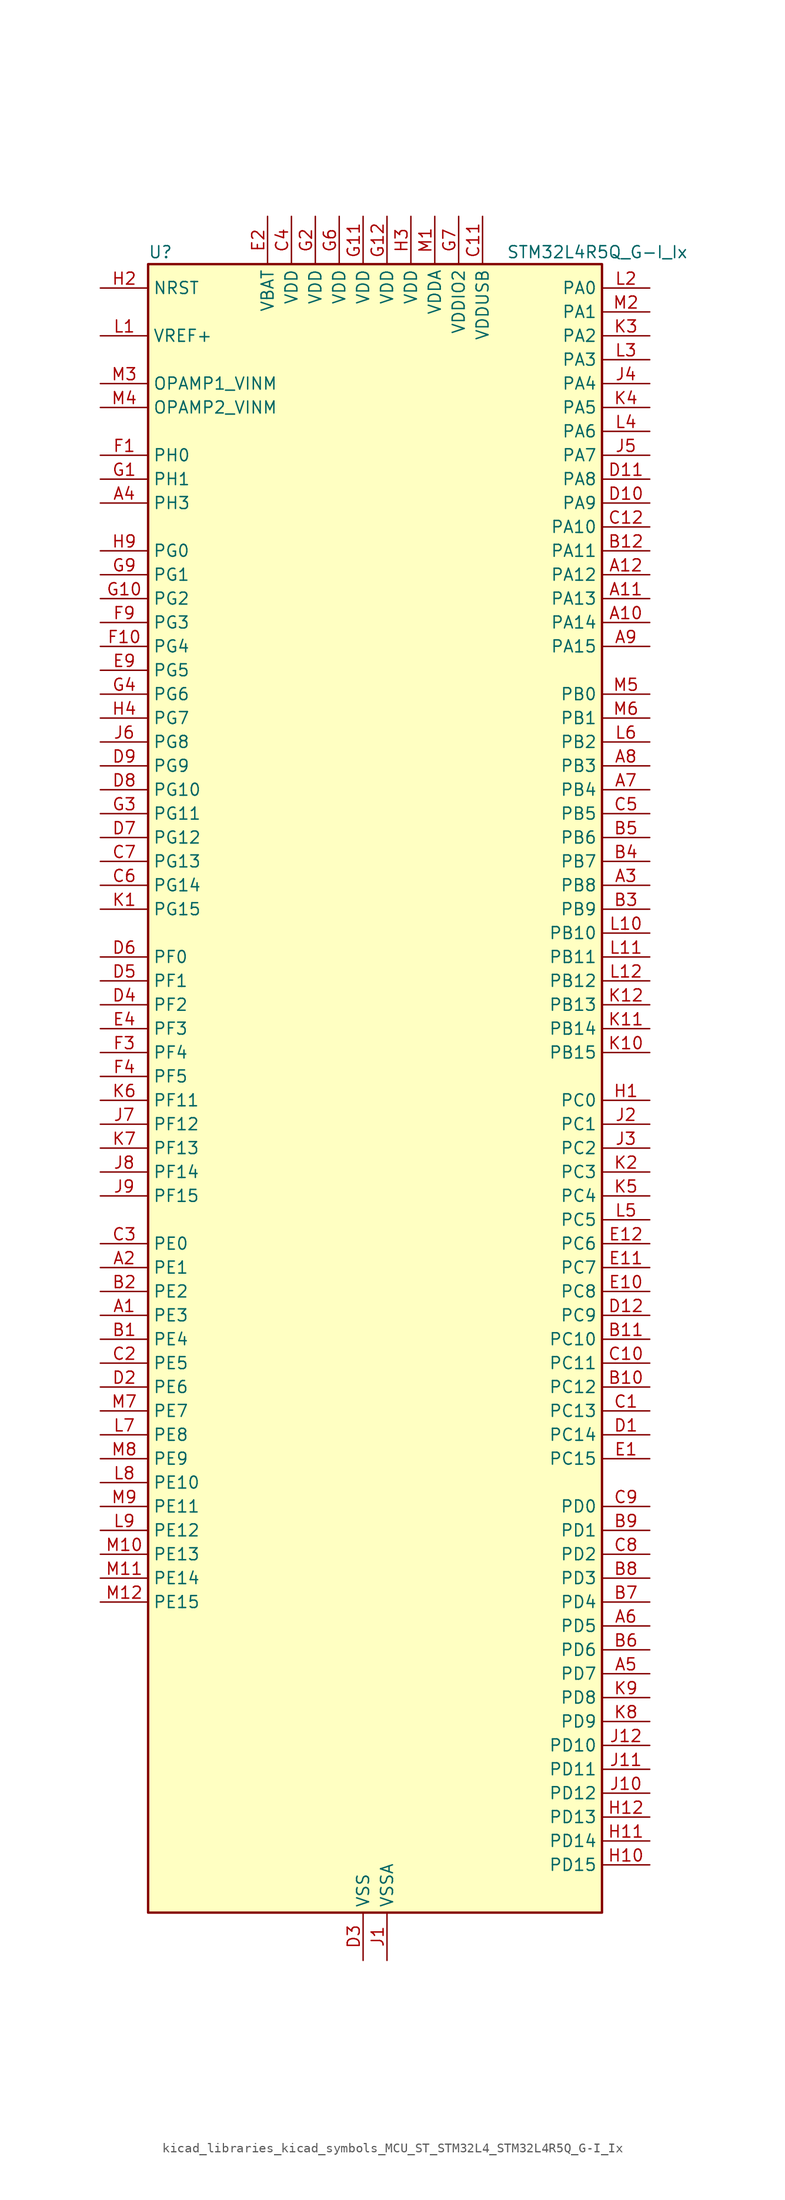
<source format=kicad_sym>
(kicad_symbol_lib
  (version 20220914)
  (generator kicad_symbol_editor)
  (symbol "kicad_libraries_kicad_symbols_MCU_ST_STM32L4_STM32L4R5Q_G-I_Ix"
    (property "Reference" "U"
      (at -22.86 90.17 0)
      (effects (font (size 1.27 1.27)) (justify left)))
    (property "Value" "STM32L4R5Q_G-I_Ix"
      (at 15.24 90.17 0)
      (effects (font (size 1.27 1.27)) (justify left)))
    (property "ki_locked" ""
      (at 0 0 0)
      (effects (font (size 1.27 1.27))))
    (symbol "kicad_libraries_kicad_symbols_MCU_ST_STM32L4_STM32L4R5Q_G-I_Ix_0_1"
      (rectangle (start -22.86 -86.36) (end 25.4 88.9) (stroke (width 0.254) (type default)) (fill (type background))))
    (symbol "kicad_libraries_kicad_symbols_MCU_ST_STM32L4_STM32L4R5Q_G-I_Ix_1_1"
      (pin bidirectional line (at -27.94 -22.86 0) (length 5.08) (name "PE3" (effects (font (size 1.27 1.27)))) (number "A1" (effects (font (size 1.27 1.27)))) (alternate "FMC_A19" bidirectional line) (alternate "OCTOSPIM_P1_DQS" bidirectional line) (alternate "SAI1_SD_B" bidirectional line) (alternate "SYS_TRACED0" bidirectional line) (alternate "TIM3_CH1" bidirectional line) (alternate "TSC_G7_IO2" bidirectional line))
      (pin bidirectional line (at 30.48 50.8 180) (length 5.08) (name "PA14" (effects (font (size 1.27 1.27)))) (number "A10" (effects (font (size 1.27 1.27)))) (alternate "I2C1_SMBA" bidirectional line) (alternate "I2C4_SMBA" bidirectional line) (alternate "LPTIM1_OUT" bidirectional line) (alternate "SAI1_FS_B" bidirectional line) (alternate "SYS_JTCK-SWCLK" bidirectional line) (alternate "USB_OTG_FS_SOF" bidirectional line))
      (pin bidirectional line (at 30.48 53.34 180) (length 5.08) (name "PA13" (effects (font (size 1.27 1.27)))) (number "A11" (effects (font (size 1.27 1.27)))) (alternate "IR_OUT" bidirectional line) (alternate "SAI1_SD_B" bidirectional line) (alternate "SYS_JTMS-SWDIO" bidirectional line) (alternate "USB_OTG_FS_NOE" bidirectional line))
      (pin bidirectional line (at 30.48 55.88 180) (length 5.08) (name "PA12" (effects (font (size 1.27 1.27)))) (number "A12" (effects (font (size 1.27 1.27)))) (alternate "CAN1_TX" bidirectional line) (alternate "SPI1_MOSI" bidirectional line) (alternate "TIM1_ETR" bidirectional line) (alternate "USART1_DE" bidirectional line) (alternate "USART1_RTS" bidirectional line) (alternate "USB_OTG_FS_DP" bidirectional line))
      (pin bidirectional line (at -27.94 -17.78 0) (length 5.08) (name "PE1" (effects (font (size 1.27 1.27)))) (number "A2" (effects (font (size 1.27 1.27)))) (alternate "DCMI_D3" bidirectional line) (alternate "FMC_NBL1" bidirectional line) (alternate "TIM17_CH1" bidirectional line))
      (pin bidirectional line (at 30.48 22.86 180) (length 5.08) (name "PB8" (effects (font (size 1.27 1.27)))) (number "A3" (effects (font (size 1.27 1.27)))) (alternate "CAN1_RX" bidirectional line) (alternate "DCMI_D6" bidirectional line) (alternate "DFSDM1_CKOUT" bidirectional line) (alternate "DFSDM1_DATIN6" bidirectional line) (alternate "I2C1_SCL" bidirectional line) (alternate "SAI1_CK1" bidirectional line) (alternate "SAI1_MCLK_A" bidirectional line) (alternate "SDMMC1_CKIN" bidirectional line) (alternate "SDMMC1_D4" bidirectional line) (alternate "TIM16_CH1" bidirectional line) (alternate "TIM4_CH3" bidirectional line))
      (pin bidirectional line (at -27.94 63.5 0) (length 5.08) (name "PH3" (effects (font (size 1.27 1.27)))) (number "A4" (effects (font (size 1.27 1.27)))))
      (pin bidirectional line (at 30.48 -60.96 180) (length 5.08) (name "PD7" (effects (font (size 1.27 1.27)))) (number "A5" (effects (font (size 1.27 1.27)))) (alternate "DFSDM1_CKIN1" bidirectional line) (alternate "FMC_NCE" bidirectional line) (alternate "FMC_NE1" bidirectional line) (alternate "OCTOSPIM_P1_IO7" bidirectional line) (alternate "USART2_CK" bidirectional line))
      (pin bidirectional line (at 30.48 -55.88 180) (length 5.08) (name "PD5" (effects (font (size 1.27 1.27)))) (number "A6" (effects (font (size 1.27 1.27)))) (alternate "FMC_NWE" bidirectional line) (alternate "OCTOSPIM_P1_IO5" bidirectional line) (alternate "USART2_TX" bidirectional line))
      (pin bidirectional line (at 30.48 33.02 180) (length 5.08) (name "PB4" (effects (font (size 1.27 1.27)))) (number "A7" (effects (font (size 1.27 1.27)))) (alternate "COMP2_INP" bidirectional line) (alternate "DCMI_D12" bidirectional line) (alternate "I2C3_SDA" bidirectional line) (alternate "SAI1_MCLK_B" bidirectional line) (alternate "SPI1_MISO" bidirectional line) (alternate "SPI3_MISO" bidirectional line) (alternate "SYS_JTRST" bidirectional line) (alternate "TIM17_BKIN" bidirectional line) (alternate "TIM3_CH1" bidirectional line) (alternate "TSC_G2_IO1" bidirectional line) (alternate "UART5_DE" bidirectional line) (alternate "UART5_RTS" bidirectional line) (alternate "USART1_CTS" bidirectional line) (alternate "USART1_NSS" bidirectional line))
      (pin bidirectional line (at 30.48 35.56 180) (length 5.08) (name "PB3" (effects (font (size 1.27 1.27)))) (number "A8" (effects (font (size 1.27 1.27)))) (alternate "COMP2_INM" bidirectional line) (alternate "CRS_SYNC" bidirectional line) (alternate "SAI1_SCK_B" bidirectional line) (alternate "SPI1_SCK" bidirectional line) (alternate "SPI3_SCK" bidirectional line) (alternate "SYS_JTDO-SWO" bidirectional line) (alternate "TIM2_CH2" bidirectional line) (alternate "USART1_DE" bidirectional line) (alternate "USART1_RTS" bidirectional line))
      (pin bidirectional line (at 30.48 48.26 180) (length 5.08) (name "PA15" (effects (font (size 1.27 1.27)))) (number "A9" (effects (font (size 1.27 1.27)))) (alternate "ADC1_EXTI15" bidirectional line) (alternate "SAI2_FS_B" bidirectional line) (alternate "SPI1_NSS" bidirectional line) (alternate "SPI3_NSS" bidirectional line) (alternate "SYS_JTDI" bidirectional line) (alternate "TIM2_CH1" bidirectional line) (alternate "TIM2_ETR" bidirectional line) (alternate "TSC_G3_IO1" bidirectional line) (alternate "UART4_DE" bidirectional line) (alternate "UART4_RTS" bidirectional line) (alternate "USART2_RX" bidirectional line) (alternate "USART3_DE" bidirectional line) (alternate "USART3_RTS" bidirectional line))
      (pin bidirectional line (at -27.94 -25.4 0) (length 5.08) (name "PE4" (effects (font (size 1.27 1.27)))) (number "B1" (effects (font (size 1.27 1.27)))) (alternate "DCMI_D4" bidirectional line) (alternate "DFSDM1_DATIN3" bidirectional line) (alternate "FMC_A20" bidirectional line) (alternate "SAI1_D2" bidirectional line) (alternate "SAI1_FS_A" bidirectional line) (alternate "SYS_TRACED1" bidirectional line) (alternate "TIM3_CH2" bidirectional line) (alternate "TSC_G7_IO3" bidirectional line))
      (pin bidirectional line (at 30.48 -30.48 180) (length 5.08) (name "PC12" (effects (font (size 1.27 1.27)))) (number "B10" (effects (font (size 1.27 1.27)))) (alternate "DCMI_D9" bidirectional line) (alternate "SAI2_SD_B" bidirectional line) (alternate "SDMMC1_CK" bidirectional line) (alternate "SPI3_MOSI" bidirectional line) (alternate "SYS_TRACED3" bidirectional line) (alternate "TSC_G3_IO4" bidirectional line) (alternate "UART5_TX" bidirectional line) (alternate "USART3_CK" bidirectional line))
      (pin bidirectional line (at 30.48 -25.4 180) (length 5.08) (name "PC10" (effects (font (size 1.27 1.27)))) (number "B11" (effects (font (size 1.27 1.27)))) (alternate "DCMI_D8" bidirectional line) (alternate "SAI2_SCK_B" bidirectional line) (alternate "SDMMC1_D2" bidirectional line) (alternate "SPI3_SCK" bidirectional line) (alternate "SYS_TRACED1" bidirectional line) (alternate "TSC_G3_IO2" bidirectional line) (alternate "UART4_TX" bidirectional line) (alternate "USART3_TX" bidirectional line))
      (pin bidirectional line (at 30.48 58.42 180) (length 5.08) (name "PA11" (effects (font (size 1.27 1.27)))) (number "B12" (effects (font (size 1.27 1.27)))) (alternate "ADC1_EXTI11" bidirectional line) (alternate "CAN1_RX" bidirectional line) (alternate "SPI1_MISO" bidirectional line) (alternate "TIM1_BKIN2" bidirectional line) (alternate "TIM1_CH4" bidirectional line) (alternate "USART1_CTS" bidirectional line) (alternate "USART1_NSS" bidirectional line) (alternate "USB_OTG_FS_DM" bidirectional line))
      (pin bidirectional line (at -27.94 -20.32 0) (length 5.08) (name "PE2" (effects (font (size 1.27 1.27)))) (number "B2" (effects (font (size 1.27 1.27)))) (alternate "FMC_A23" bidirectional line) (alternate "SAI1_CK1" bidirectional line) (alternate "SAI1_MCLK_A" bidirectional line) (alternate "SYS_TRACECLK" bidirectional line) (alternate "TIM3_ETR" bidirectional line) (alternate "TSC_G7_IO1" bidirectional line))
      (pin bidirectional line (at 30.48 20.32 180) (length 5.08) (name "PB9" (effects (font (size 1.27 1.27)))) (number "B3" (effects (font (size 1.27 1.27)))) (alternate "CAN1_TX" bidirectional line) (alternate "DAC1_EXTI9" bidirectional line) (alternate "DCMI_D7" bidirectional line) (alternate "DFSDM1_CKIN6" bidirectional line) (alternate "I2C1_SDA" bidirectional line) (alternate "IR_OUT" bidirectional line) (alternate "SAI1_D2" bidirectional line) (alternate "SAI1_FS_A" bidirectional line) (alternate "SDMMC1_CDIR" bidirectional line) (alternate "SDMMC1_D5" bidirectional line) (alternate "SPI2_NSS" bidirectional line) (alternate "TIM17_CH1" bidirectional line) (alternate "TIM4_CH4" bidirectional line))
      (pin bidirectional line (at 30.48 25.4 180) (length 5.08) (name "PB7" (effects (font (size 1.27 1.27)))) (number "B4" (effects (font (size 1.27 1.27)))) (alternate "COMP2_INM" bidirectional line) (alternate "DCMI_VSYNC" bidirectional line) (alternate "DFSDM1_CKIN5" bidirectional line) (alternate "FMC_NL" bidirectional line) (alternate "I2C1_SDA" bidirectional line) (alternate "I2C4_SDA" bidirectional line) (alternate "LPTIM1_IN2" bidirectional line) (alternate "SYS_PVD_IN" bidirectional line) (alternate "TIM17_CH1N" bidirectional line) (alternate "TIM4_CH2" bidirectional line) (alternate "TIM8_BKIN" bidirectional line) (alternate "TSC_G2_IO4" bidirectional line) (alternate "UART4_CTS" bidirectional line) (alternate "USART1_RX" bidirectional line))
      (pin bidirectional line (at 30.48 27.94 180) (length 5.08) (name "PB6" (effects (font (size 1.27 1.27)))) (number "B5" (effects (font (size 1.27 1.27)))) (alternate "COMP2_INP" bidirectional line) (alternate "DCMI_D5" bidirectional line) (alternate "DFSDM1_DATIN5" bidirectional line) (alternate "I2C1_SCL" bidirectional line) (alternate "I2C4_SCL" bidirectional line) (alternate "LPTIM1_ETR" bidirectional line) (alternate "SAI1_FS_B" bidirectional line) (alternate "TIM16_CH1N" bidirectional line) (alternate "TIM4_CH1" bidirectional line) (alternate "TIM8_BKIN2" bidirectional line) (alternate "TSC_G2_IO3" bidirectional line) (alternate "USART1_TX" bidirectional line))
      (pin bidirectional line (at 30.48 -58.42 180) (length 5.08) (name "PD6" (effects (font (size 1.27 1.27)))) (number "B6" (effects (font (size 1.27 1.27)))) (alternate "DCMI_D10" bidirectional line) (alternate "DFSDM1_DATIN1" bidirectional line) (alternate "FMC_NWAIT" bidirectional line) (alternate "OCTOSPIM_P1_IO6" bidirectional line) (alternate "SAI1_D1" bidirectional line) (alternate "SAI1_SD_A" bidirectional line) (alternate "SPI3_MOSI" bidirectional line) (alternate "USART2_RX" bidirectional line))
      (pin bidirectional line (at 30.48 -53.34 180) (length 5.08) (name "PD4" (effects (font (size 1.27 1.27)))) (number "B7" (effects (font (size 1.27 1.27)))) (alternate "DFSDM1_CKIN0" bidirectional line) (alternate "FMC_NOE" bidirectional line) (alternate "OCTOSPIM_P1_IO4" bidirectional line) (alternate "SPI2_MOSI" bidirectional line) (alternate "USART2_DE" bidirectional line) (alternate "USART2_RTS" bidirectional line))
      (pin bidirectional line (at 30.48 -50.8 180) (length 5.08) (name "PD3" (effects (font (size 1.27 1.27)))) (number "B8" (effects (font (size 1.27 1.27)))) (alternate "DCMI_D5" bidirectional line) (alternate "DFSDM1_DATIN0" bidirectional line) (alternate "FMC_CLK" bidirectional line) (alternate "OCTOSPIM_P2_NCS" bidirectional line) (alternate "SPI2_MISO" bidirectional line) (alternate "SPI2_SCK" bidirectional line) (alternate "USART2_CTS" bidirectional line) (alternate "USART2_NSS" bidirectional line))
      (pin bidirectional line (at 30.48 -45.72 180) (length 5.08) (name "PD1" (effects (font (size 1.27 1.27)))) (number "B9" (effects (font (size 1.27 1.27)))) (alternate "CAN1_TX" bidirectional line) (alternate "DFSDM1_CKIN7" bidirectional line) (alternate "FMC_D3" bidirectional line) (alternate "FMC_DA3" bidirectional line) (alternate "SPI2_SCK" bidirectional line))
      (pin bidirectional line (at 30.48 -33.02 180) (length 5.08) (name "PC13" (effects (font (size 1.27 1.27)))) (number "C1" (effects (font (size 1.27 1.27)))) (alternate "RTC_OUT_ALARM" bidirectional line) (alternate "RTC_OUT_CALIB" bidirectional line) (alternate "RTC_TAMP1" bidirectional line) (alternate "RTC_TS" bidirectional line) (alternate "SYS_WKUP2" bidirectional line))
      (pin bidirectional line (at 30.48 -27.94 180) (length 5.08) (name "PC11" (effects (font (size 1.27 1.27)))) (number "C10" (effects (font (size 1.27 1.27)))) (alternate "ADC1_EXTI11" bidirectional line) (alternate "DCMI_D2" bidirectional line) (alternate "DCMI_D4" bidirectional line) (alternate "OCTOSPIM_P1_NCS" bidirectional line) (alternate "SAI2_MCLK_B" bidirectional line) (alternate "SDMMC1_D3" bidirectional line) (alternate "SPI3_MISO" bidirectional line) (alternate "TSC_G3_IO3" bidirectional line) (alternate "UART4_RX" bidirectional line) (alternate "USART3_RX" bidirectional line))
      (pin power_in line (at 12.7 93.98 270) (length 5.08) (name "VDDUSB" (effects (font (size 1.27 1.27)))) (number "C11" (effects (font (size 1.27 1.27)))))
      (pin bidirectional line (at 30.48 60.96 180) (length 5.08) (name "PA10" (effects (font (size 1.27 1.27)))) (number "C12" (effects (font (size 1.27 1.27)))) (alternate "DCMI_D1" bidirectional line) (alternate "SAI1_D1" bidirectional line) (alternate "SAI1_SD_A" bidirectional line) (alternate "TIM17_BKIN" bidirectional line) (alternate "TIM1_CH3" bidirectional line) (alternate "USART1_RX" bidirectional line) (alternate "USB_OTG_FS_ID" bidirectional line))
      (pin bidirectional line (at -27.94 -27.94 0) (length 5.08) (name "PE5" (effects (font (size 1.27 1.27)))) (number "C2" (effects (font (size 1.27 1.27)))) (alternate "DCMI_D6" bidirectional line) (alternate "DFSDM1_CKIN3" bidirectional line) (alternate "FMC_A21" bidirectional line) (alternate "SAI1_CK2" bidirectional line) (alternate "SAI1_SCK_A" bidirectional line) (alternate "SYS_TRACED2" bidirectional line) (alternate "TIM3_CH3" bidirectional line) (alternate "TSC_G7_IO4" bidirectional line))
      (pin bidirectional line (at -27.94 -15.24 0) (length 5.08) (name "PE0" (effects (font (size 1.27 1.27)))) (number "C3" (effects (font (size 1.27 1.27)))) (alternate "DCMI_D2" bidirectional line) (alternate "FMC_NBL0" bidirectional line) (alternate "TIM16_CH1" bidirectional line) (alternate "TIM4_ETR" bidirectional line))
      (pin power_in line (at -7.62 93.98 270) (length 5.08) (name "VDD" (effects (font (size 1.27 1.27)))) (number "C4" (effects (font (size 1.27 1.27)))))
      (pin bidirectional line (at 30.48 30.48 180) (length 5.08) (name "PB5" (effects (font (size 1.27 1.27)))) (number "C5" (effects (font (size 1.27 1.27)))) (alternate "COMP2_OUT" bidirectional line) (alternate "DCMI_D10" bidirectional line) (alternate "I2C1_SMBA" bidirectional line) (alternate "LPTIM1_IN1" bidirectional line) (alternate "SAI1_SD_B" bidirectional line) (alternate "SPI1_MOSI" bidirectional line) (alternate "SPI3_MOSI" bidirectional line) (alternate "TIM16_BKIN" bidirectional line) (alternate "TIM3_CH2" bidirectional line) (alternate "TSC_G2_IO2" bidirectional line) (alternate "UART5_CTS" bidirectional line) (alternate "USART1_CK" bidirectional line))
      (pin bidirectional line (at -27.94 22.86 0) (length 5.08) (name "PG14" (effects (font (size 1.27 1.27)))) (number "C6" (effects (font (size 1.27 1.27)))) (alternate "FMC_A25" bidirectional line) (alternate "I2C1_SCL" bidirectional line))
      (pin bidirectional line (at -27.94 25.4 0) (length 5.08) (name "PG13" (effects (font (size 1.27 1.27)))) (number "C7" (effects (font (size 1.27 1.27)))) (alternate "FMC_A24" bidirectional line) (alternate "I2C1_SDA" bidirectional line) (alternate "USART1_CK" bidirectional line))
      (pin bidirectional line (at 30.48 -48.26 180) (length 5.08) (name "PD2" (effects (font (size 1.27 1.27)))) (number "C8" (effects (font (size 1.27 1.27)))) (alternate "DCMI_D11" bidirectional line) (alternate "SDMMC1_CMD" bidirectional line) (alternate "SYS_TRACED2" bidirectional line) (alternate "TIM3_ETR" bidirectional line) (alternate "TSC_SYNC" bidirectional line) (alternate "UART5_RX" bidirectional line) (alternate "USART3_DE" bidirectional line) (alternate "USART3_RTS" bidirectional line))
      (pin bidirectional line (at 30.48 -43.18 180) (length 5.08) (name "PD0" (effects (font (size 1.27 1.27)))) (number "C9" (effects (font (size 1.27 1.27)))) (alternate "CAN1_RX" bidirectional line) (alternate "DFSDM1_DATIN7" bidirectional line) (alternate "FMC_D2" bidirectional line) (alternate "FMC_DA2" bidirectional line) (alternate "SPI2_NSS" bidirectional line))
      (pin bidirectional line (at 30.48 -35.56 180) (length 5.08) (name "PC14" (effects (font (size 1.27 1.27)))) (number "D1" (effects (font (size 1.27 1.27)))) (alternate "RCC_OSC32_IN" bidirectional line))
      (pin bidirectional line (at 30.48 63.5 180) (length 5.08) (name "PA9" (effects (font (size 1.27 1.27)))) (number "D10" (effects (font (size 1.27 1.27)))) (alternate "DAC1_EXTI9" bidirectional line) (alternate "DCMI_D0" bidirectional line) (alternate "SAI1_FS_A" bidirectional line) (alternate "SPI2_SCK" bidirectional line) (alternate "TIM15_BKIN" bidirectional line) (alternate "TIM1_CH2" bidirectional line) (alternate "USART1_TX" bidirectional line) (alternate "USB_OTG_FS_VBUS" bidirectional line))
      (pin bidirectional line (at 30.48 66.04 180) (length 5.08) (name "PA8" (effects (font (size 1.27 1.27)))) (number "D11" (effects (font (size 1.27 1.27)))) (alternate "LPTIM2_OUT" bidirectional line) (alternate "RCC_MCO" bidirectional line) (alternate "SAI1_CK2" bidirectional line) (alternate "SAI1_SCK_A" bidirectional line) (alternate "TIM1_CH1" bidirectional line) (alternate "USART1_CK" bidirectional line) (alternate "USB_OTG_FS_SOF" bidirectional line))
      (pin bidirectional line (at 30.48 -22.86 180) (length 5.08) (name "PC9" (effects (font (size 1.27 1.27)))) (number "D12" (effects (font (size 1.27 1.27)))) (alternate "DAC1_EXTI9" bidirectional line) (alternate "DCMI_D3" bidirectional line) (alternate "I2C3_SDA" bidirectional line) (alternate "SAI2_EXTCLK" bidirectional line) (alternate "SDMMC1_D1" bidirectional line) (alternate "SYS_TRACED0" bidirectional line) (alternate "TIM3_CH4" bidirectional line) (alternate "TIM8_BKIN2" bidirectional line) (alternate "TIM8_CH4" bidirectional line) (alternate "TSC_G4_IO4" bidirectional line) (alternate "USB_OTG_FS_NOE" bidirectional line))
      (pin bidirectional line (at -27.94 -30.48 0) (length 5.08) (name "PE6" (effects (font (size 1.27 1.27)))) (number "D2" (effects (font (size 1.27 1.27)))) (alternate "DCMI_D7" bidirectional line) (alternate "FMC_A22" bidirectional line) (alternate "RTC_TAMP3" bidirectional line) (alternate "SAI1_D1" bidirectional line) (alternate "SAI1_SD_A" bidirectional line) (alternate "SYS_TRACED3" bidirectional line) (alternate "SYS_WKUP3" bidirectional line) (alternate "TIM3_CH4" bidirectional line))
      (pin power_in line (at 0 -91.44 90) (length 5.08) (name "VSS" (effects (font (size 1.27 1.27)))) (number "D3" (effects (font (size 1.27 1.27)))))
      (pin bidirectional line (at -27.94 10.16 0) (length 5.08) (name "PF2" (effects (font (size 1.27 1.27)))) (number "D4" (effects (font (size 1.27 1.27)))) (alternate "FMC_A2" bidirectional line) (alternate "I2C2_SMBA" bidirectional line) (alternate "OCTOSPIM_P2_IO2" bidirectional line))
      (pin bidirectional line (at -27.94 12.7 0) (length 5.08) (name "PF1" (effects (font (size 1.27 1.27)))) (number "D5" (effects (font (size 1.27 1.27)))) (alternate "FMC_A1" bidirectional line) (alternate "I2C2_SCL" bidirectional line) (alternate "OCTOSPIM_P2_IO1" bidirectional line))
      (pin bidirectional line (at -27.94 15.24 0) (length 5.08) (name "PF0" (effects (font (size 1.27 1.27)))) (number "D6" (effects (font (size 1.27 1.27)))) (alternate "FMC_A0" bidirectional line) (alternate "I2C2_SDA" bidirectional line) (alternate "OCTOSPIM_P2_IO0" bidirectional line))
      (pin bidirectional line (at -27.94 27.94 0) (length 5.08) (name "PG12" (effects (font (size 1.27 1.27)))) (number "D7" (effects (font (size 1.27 1.27)))) (alternate "FMC_NE4" bidirectional line) (alternate "LPTIM1_ETR" bidirectional line) (alternate "OCTOSPIM_P2_NCS" bidirectional line) (alternate "SAI2_SD_A" bidirectional line) (alternate "SPI3_NSS" bidirectional line) (alternate "USART1_DE" bidirectional line) (alternate "USART1_RTS" bidirectional line))
      (pin bidirectional line (at -27.94 33.02 0) (length 5.08) (name "PG10" (effects (font (size 1.27 1.27)))) (number "D8" (effects (font (size 1.27 1.27)))) (alternate "FMC_NE3" bidirectional line) (alternate "LPTIM1_IN1" bidirectional line) (alternate "OCTOSPIM_P2_IO7" bidirectional line) (alternate "SAI2_FS_A" bidirectional line) (alternate "SPI3_MISO" bidirectional line) (alternate "TIM15_CH1" bidirectional line) (alternate "USART1_RX" bidirectional line))
      (pin bidirectional line (at -27.94 35.56 0) (length 5.08) (name "PG9" (effects (font (size 1.27 1.27)))) (number "D9" (effects (font (size 1.27 1.27)))) (alternate "DAC1_EXTI9" bidirectional line) (alternate "FMC_NCE" bidirectional line) (alternate "FMC_NE2" bidirectional line) (alternate "OCTOSPIM_P2_IO6" bidirectional line) (alternate "SAI2_SCK_A" bidirectional line) (alternate "SPI3_SCK" bidirectional line) (alternate "TIM15_CH1N" bidirectional line) (alternate "USART1_TX" bidirectional line))
      (pin bidirectional line (at 30.48 -38.1 180) (length 5.08) (name "PC15" (effects (font (size 1.27 1.27)))) (number "E1" (effects (font (size 1.27 1.27)))) (alternate "ADC1_EXTI15" bidirectional line) (alternate "RCC_OSC32_OUT" bidirectional line))
      (pin bidirectional line (at 30.48 -20.32 180) (length 5.08) (name "PC8" (effects (font (size 1.27 1.27)))) (number "E10" (effects (font (size 1.27 1.27)))) (alternate "DCMI_D2" bidirectional line) (alternate "SDMMC1_D0" bidirectional line) (alternate "TIM3_CH3" bidirectional line) (alternate "TIM8_CH3" bidirectional line) (alternate "TSC_G4_IO3" bidirectional line))
      (pin bidirectional line (at 30.48 -17.78 180) (length 5.08) (name "PC7" (effects (font (size 1.27 1.27)))) (number "E11" (effects (font (size 1.27 1.27)))) (alternate "DCMI_D1" bidirectional line) (alternate "DFSDM1_DATIN3" bidirectional line) (alternate "SAI2_MCLK_B" bidirectional line) (alternate "SDMMC1_D123DIR" bidirectional line) (alternate "SDMMC1_D7" bidirectional line) (alternate "TIM3_CH2" bidirectional line) (alternate "TIM8_CH2" bidirectional line) (alternate "TSC_G4_IO2" bidirectional line))
      (pin bidirectional line (at 30.48 -15.24 180) (length 5.08) (name "PC6" (effects (font (size 1.27 1.27)))) (number "E12" (effects (font (size 1.27 1.27)))) (alternate "DCMI_D0" bidirectional line) (alternate "DFSDM1_CKIN3" bidirectional line) (alternate "SAI2_MCLK_A" bidirectional line) (alternate "SDMMC1_D0DIR" bidirectional line) (alternate "SDMMC1_D6" bidirectional line) (alternate "TIM3_CH1" bidirectional line) (alternate "TIM8_CH1" bidirectional line) (alternate "TSC_G4_IO1" bidirectional line))
      (pin power_in line (at -10.16 93.98 270) (length 5.08) (name "VBAT" (effects (font (size 1.27 1.27)))) (number "E2" (effects (font (size 1.27 1.27)))))
      (pin passive line (at 0 -91.44 90) (length 5.08) hide (name "VSS" (effects (font (size 1.27 1.27)))) (number "E3" (effects (font (size 1.27 1.27)))))
      (pin bidirectional line (at -27.94 7.62 0) (length 5.08) (name "PF3" (effects (font (size 1.27 1.27)))) (number "E4" (effects (font (size 1.27 1.27)))) (alternate "FMC_A3" bidirectional line) (alternate "OCTOSPIM_P2_IO3" bidirectional line))
      (pin bidirectional line (at -27.94 45.72 0) (length 5.08) (name "PG5" (effects (font (size 1.27 1.27)))) (number "E9" (effects (font (size 1.27 1.27)))) (alternate "FMC_A15" bidirectional line) (alternate "LPUART1_CTS" bidirectional line) (alternate "SAI2_SD_B" bidirectional line) (alternate "SPI1_NSS" bidirectional line))
      (pin bidirectional line (at -27.94 68.58 0) (length 5.08) (name "PH0" (effects (font (size 1.27 1.27)))) (number "F1" (effects (font (size 1.27 1.27)))) (alternate "RCC_OSC_IN" bidirectional line))
      (pin bidirectional line (at -27.94 48.26 0) (length 5.08) (name "PG4" (effects (font (size 1.27 1.27)))) (number "F10" (effects (font (size 1.27 1.27)))) (alternate "FMC_A14" bidirectional line) (alternate "SAI2_MCLK_B" bidirectional line) (alternate "SPI1_MOSI" bidirectional line))
      (pin passive line (at 0 -91.44 90) (length 5.08) hide (name "VSS" (effects (font (size 1.27 1.27)))) (number "F11" (effects (font (size 1.27 1.27)))))
      (pin passive line (at 0 -91.44 90) (length 5.08) hide (name "VSS" (effects (font (size 1.27 1.27)))) (number "F12" (effects (font (size 1.27 1.27)))))
      (pin passive line (at 0 -91.44 90) (length 5.08) hide (name "VSS" (effects (font (size 1.27 1.27)))) (number "F2" (effects (font (size 1.27 1.27)))))
      (pin bidirectional line (at -27.94 5.08 0) (length 5.08) (name "PF4" (effects (font (size 1.27 1.27)))) (number "F3" (effects (font (size 1.27 1.27)))) (alternate "FMC_A4" bidirectional line) (alternate "OCTOSPIM_P2_CLK" bidirectional line))
      (pin bidirectional line (at -27.94 2.54 0) (length 5.08) (name "PF5" (effects (font (size 1.27 1.27)))) (number "F4" (effects (font (size 1.27 1.27)))) (alternate "FMC_A5" bidirectional line))
      (pin passive line (at 0 -91.44 90) (length 5.08) hide (name "VSS" (effects (font (size 1.27 1.27)))) (number "F6" (effects (font (size 1.27 1.27)))))
      (pin passive line (at 0 -91.44 90) (length 5.08) hide (name "VSS" (effects (font (size 1.27 1.27)))) (number "F7" (effects (font (size 1.27 1.27)))))
      (pin bidirectional line (at -27.94 50.8 0) (length 5.08) (name "PG3" (effects (font (size 1.27 1.27)))) (number "F9" (effects (font (size 1.27 1.27)))) (alternate "FMC_A13" bidirectional line) (alternate "SAI2_FS_B" bidirectional line) (alternate "SPI1_MISO" bidirectional line))
      (pin bidirectional line (at -27.94 66.04 0) (length 5.08) (name "PH1" (effects (font (size 1.27 1.27)))) (number "G1" (effects (font (size 1.27 1.27)))) (alternate "RCC_OSC_OUT" bidirectional line))
      (pin bidirectional line (at -27.94 53.34 0) (length 5.08) (name "PG2" (effects (font (size 1.27 1.27)))) (number "G10" (effects (font (size 1.27 1.27)))) (alternate "FMC_A12" bidirectional line) (alternate "SAI2_SCK_B" bidirectional line) (alternate "SPI1_SCK" bidirectional line))
      (pin power_in line (at 0 93.98 270) (length 5.08) (name "VDD" (effects (font (size 1.27 1.27)))) (number "G11" (effects (font (size 1.27 1.27)))))
      (pin power_in line (at 2.54 93.98 270) (length 5.08) (name "VDD" (effects (font (size 1.27 1.27)))) (number "G12" (effects (font (size 1.27 1.27)))))
      (pin power_in line (at -5.08 93.98 270) (length 5.08) (name "VDD" (effects (font (size 1.27 1.27)))) (number "G2" (effects (font (size 1.27 1.27)))))
      (pin bidirectional line (at -27.94 30.48 0) (length 5.08) (name "PG11" (effects (font (size 1.27 1.27)))) (number "G3" (effects (font (size 1.27 1.27)))) (alternate "ADC1_EXTI11" bidirectional line) (alternate "LPTIM1_IN2" bidirectional line) (alternate "OCTOSPIM_P1_IO5" bidirectional line) (alternate "SAI2_MCLK_A" bidirectional line) (alternate "SPI3_MOSI" bidirectional line) (alternate "TIM15_CH2" bidirectional line) (alternate "USART1_CTS" bidirectional line) (alternate "USART1_NSS" bidirectional line))
      (pin bidirectional line (at -27.94 43.18 0) (length 5.08) (name "PG6" (effects (font (size 1.27 1.27)))) (number "G4" (effects (font (size 1.27 1.27)))) (alternate "I2C3_SMBA" bidirectional line) (alternate "LPUART1_DE" bidirectional line) (alternate "LPUART1_RTS" bidirectional line) (alternate "OCTOSPIM_P1_DQS" bidirectional line))
      (pin power_in line (at -2.54 93.98 270) (length 5.08) (name "VDD" (effects (font (size 1.27 1.27)))) (number "G6" (effects (font (size 1.27 1.27)))))
      (pin power_in line (at 10.16 93.98 270) (length 5.08) (name "VDDIO2" (effects (font (size 1.27 1.27)))) (number "G7" (effects (font (size 1.27 1.27)))))
      (pin bidirectional line (at -27.94 55.88 0) (length 5.08) (name "PG1" (effects (font (size 1.27 1.27)))) (number "G9" (effects (font (size 1.27 1.27)))) (alternate "FMC_A11" bidirectional line) (alternate "OCTOSPIM_P2_IO5" bidirectional line) (alternate "TSC_G8_IO4" bidirectional line))
      (pin bidirectional line (at 30.48 0 180) (length 5.08) (name "PC0" (effects (font (size 1.27 1.27)))) (number "H1" (effects (font (size 1.27 1.27)))) (alternate "ADC1_IN1" bidirectional line) (alternate "DFSDM1_DATIN4" bidirectional line) (alternate "I2C3_SCL" bidirectional line) (alternate "LPTIM1_IN1" bidirectional line) (alternate "LPTIM2_IN1" bidirectional line) (alternate "LPUART1_RX" bidirectional line) (alternate "SAI2_FS_A" bidirectional line))
      (pin bidirectional line (at 30.48 -81.28 180) (length 5.08) (name "PD15" (effects (font (size 1.27 1.27)))) (number "H10" (effects (font (size 1.27 1.27)))) (alternate "ADC1_EXTI15" bidirectional line) (alternate "FMC_D1" bidirectional line) (alternate "FMC_DA1" bidirectional line) (alternate "TIM4_CH4" bidirectional line))
      (pin bidirectional line (at 30.48 -78.74 180) (length 5.08) (name "PD14" (effects (font (size 1.27 1.27)))) (number "H11" (effects (font (size 1.27 1.27)))) (alternate "FMC_D0" bidirectional line) (alternate "FMC_DA0" bidirectional line) (alternate "TIM4_CH3" bidirectional line))
      (pin bidirectional line (at 30.48 -76.2 180) (length 5.08) (name "PD13" (effects (font (size 1.27 1.27)))) (number "H12" (effects (font (size 1.27 1.27)))) (alternate "FMC_A18" bidirectional line) (alternate "I2C4_SDA" bidirectional line) (alternate "LPTIM2_OUT" bidirectional line) (alternate "TIM4_CH2" bidirectional line) (alternate "TSC_G6_IO4" bidirectional line))
      (pin input line (at -27.94 86.36 0) (length 5.08) (name "NRST" (effects (font (size 1.27 1.27)))) (number "H2" (effects (font (size 1.27 1.27)))))
      (pin power_in line (at 5.08 93.98 270) (length 5.08) (name "VDD" (effects (font (size 1.27 1.27)))) (number "H3" (effects (font (size 1.27 1.27)))))
      (pin bidirectional line (at -27.94 40.64 0) (length 5.08) (name "PG7" (effects (font (size 1.27 1.27)))) (number "H4" (effects (font (size 1.27 1.27)))) (alternate "DFSDM1_CKOUT" bidirectional line) (alternate "FMC_INT" bidirectional line) (alternate "I2C3_SCL" bidirectional line) (alternate "LPUART1_TX" bidirectional line) (alternate "OCTOSPIM_P2_DQS" bidirectional line) (alternate "SAI1_CK1" bidirectional line) (alternate "SAI1_MCLK_A" bidirectional line))
      (pin bidirectional line (at -27.94 58.42 0) (length 5.08) (name "PG0" (effects (font (size 1.27 1.27)))) (number "H9" (effects (font (size 1.27 1.27)))) (alternate "FMC_A10" bidirectional line) (alternate "OCTOSPIM_P2_IO4" bidirectional line) (alternate "TSC_G8_IO3" bidirectional line))
      (pin power_in line (at 2.54 -91.44 90) (length 5.08) (name "VSSA" (effects (font (size 1.27 1.27)))) (number "J1" (effects (font (size 1.27 1.27)))))
      (pin bidirectional line (at 30.48 -73.66 180) (length 5.08) (name "PD12" (effects (font (size 1.27 1.27)))) (number "J10" (effects (font (size 1.27 1.27)))) (alternate "FMC_A17" bidirectional line) (alternate "FMC_ALE" bidirectional line) (alternate "I2C4_SCL" bidirectional line) (alternate "LPTIM2_IN1" bidirectional line) (alternate "SAI2_FS_A" bidirectional line) (alternate "TIM4_CH1" bidirectional line) (alternate "TSC_G6_IO3" bidirectional line) (alternate "USART3_DE" bidirectional line) (alternate "USART3_RTS" bidirectional line))
      (pin bidirectional line (at 30.48 -71.12 180) (length 5.08) (name "PD11" (effects (font (size 1.27 1.27)))) (number "J11" (effects (font (size 1.27 1.27)))) (alternate "ADC1_EXTI11" bidirectional line) (alternate "FMC_A16" bidirectional line) (alternate "FMC_CLE" bidirectional line) (alternate "I2C4_SMBA" bidirectional line) (alternate "LPTIM2_ETR" bidirectional line) (alternate "SAI2_SD_A" bidirectional line) (alternate "TSC_G6_IO2" bidirectional line) (alternate "USART3_CTS" bidirectional line) (alternate "USART3_NSS" bidirectional line))
      (pin bidirectional line (at 30.48 -68.58 180) (length 5.08) (name "PD10" (effects (font (size 1.27 1.27)))) (number "J12" (effects (font (size 1.27 1.27)))) (alternate "FMC_D15" bidirectional line) (alternate "FMC_DA15" bidirectional line) (alternate "SAI2_SCK_A" bidirectional line) (alternate "TSC_G6_IO1" bidirectional line) (alternate "USART3_CK" bidirectional line))
      (pin bidirectional line (at 30.48 -2.54 180) (length 5.08) (name "PC1" (effects (font (size 1.27 1.27)))) (number "J2" (effects (font (size 1.27 1.27)))) (alternate "ADC1_IN2" bidirectional line) (alternate "DFSDM1_CKIN4" bidirectional line) (alternate "I2C3_SDA" bidirectional line) (alternate "LPTIM1_OUT" bidirectional line) (alternate "LPUART1_TX" bidirectional line) (alternate "OCTOSPIM_P1_IO4" bidirectional line) (alternate "SAI1_SD_A" bidirectional line) (alternate "SPI2_MOSI" bidirectional line) (alternate "SYS_TRACED0" bidirectional line))
      (pin bidirectional line (at 30.48 -5.08 180) (length 5.08) (name "PC2" (effects (font (size 1.27 1.27)))) (number "J3" (effects (font (size 1.27 1.27)))) (alternate "ADC1_IN3" bidirectional line) (alternate "DFSDM1_CKOUT" bidirectional line) (alternate "LPTIM1_IN2" bidirectional line) (alternate "OCTOSPIM_P1_IO5" bidirectional line) (alternate "SPI2_MISO" bidirectional line))
      (pin bidirectional line (at 30.48 76.2 180) (length 5.08) (name "PA4" (effects (font (size 1.27 1.27)))) (number "J4" (effects (font (size 1.27 1.27)))) (alternate "ADC1_IN9" bidirectional line) (alternate "DAC1_OUT1" bidirectional line) (alternate "DCMI_HSYNC" bidirectional line) (alternate "LPTIM2_OUT" bidirectional line) (alternate "OCTOSPIM_P1_NCS" bidirectional line) (alternate "SAI1_FS_B" bidirectional line) (alternate "SPI1_NSS" bidirectional line) (alternate "SPI3_NSS" bidirectional line) (alternate "USART2_CK" bidirectional line))
      (pin bidirectional line (at 30.48 68.58 180) (length 5.08) (name "PA7" (effects (font (size 1.27 1.27)))) (number "J5" (effects (font (size 1.27 1.27)))) (alternate "ADC1_IN12" bidirectional line) (alternate "I2C3_SCL" bidirectional line) (alternate "OCTOSPIM_P1_IO2" bidirectional line) (alternate "OPAMP2_VINM" bidirectional line) (alternate "SPI1_MOSI" bidirectional line) (alternate "TIM17_CH1" bidirectional line) (alternate "TIM1_CH1N" bidirectional line) (alternate "TIM3_CH2" bidirectional line) (alternate "TIM8_CH1N" bidirectional line))
      (pin bidirectional line (at -27.94 38.1 0) (length 5.08) (name "PG8" (effects (font (size 1.27 1.27)))) (number "J6" (effects (font (size 1.27 1.27)))) (alternate "I2C3_SDA" bidirectional line) (alternate "LPUART1_RX" bidirectional line))
      (pin bidirectional line (at -27.94 -2.54 0) (length 5.08) (name "PF12" (effects (font (size 1.27 1.27)))) (number "J7" (effects (font (size 1.27 1.27)))) (alternate "FMC_A6" bidirectional line) (alternate "OCTOSPIM_P2_DQS" bidirectional line))
      (pin bidirectional line (at -27.94 -7.62 0) (length 5.08) (name "PF14" (effects (font (size 1.27 1.27)))) (number "J8" (effects (font (size 1.27 1.27)))) (alternate "DFSDM1_CKIN6" bidirectional line) (alternate "FMC_A8" bidirectional line) (alternate "I2C4_SCL" bidirectional line) (alternate "TSC_G8_IO1" bidirectional line))
      (pin bidirectional line (at -27.94 -10.16 0) (length 5.08) (name "PF15" (effects (font (size 1.27 1.27)))) (number "J9" (effects (font (size 1.27 1.27)))) (alternate "ADC1_EXTI15" bidirectional line) (alternate "FMC_A9" bidirectional line) (alternate "I2C4_SDA" bidirectional line) (alternate "TSC_G8_IO2" bidirectional line))
      (pin bidirectional line (at -27.94 20.32 0) (length 5.08) (name "PG15" (effects (font (size 1.27 1.27)))) (number "K1" (effects (font (size 1.27 1.27)))) (alternate "ADC1_EXTI15" bidirectional line) (alternate "DCMI_D13" bidirectional line) (alternate "I2C1_SMBA" bidirectional line) (alternate "LPTIM1_OUT" bidirectional line) (alternate "OCTOSPIM_P2_DQS" bidirectional line))
      (pin bidirectional line (at 30.48 5.08 180) (length 5.08) (name "PB15" (effects (font (size 1.27 1.27)))) (number "K10" (effects (font (size 1.27 1.27)))) (alternate "ADC1_EXTI15" bidirectional line) (alternate "DFSDM1_CKIN2" bidirectional line) (alternate "RTC_REFIN" bidirectional line) (alternate "SAI2_SD_A" bidirectional line) (alternate "SPI2_MOSI" bidirectional line) (alternate "TIM15_CH2" bidirectional line) (alternate "TIM1_CH3N" bidirectional line) (alternate "TIM8_CH3N" bidirectional line) (alternate "TSC_G1_IO4" bidirectional line))
      (pin bidirectional line (at 30.48 7.62 180) (length 5.08) (name "PB14" (effects (font (size 1.27 1.27)))) (number "K11" (effects (font (size 1.27 1.27)))) (alternate "DFSDM1_DATIN2" bidirectional line) (alternate "I2C2_SDA" bidirectional line) (alternate "SAI2_MCLK_A" bidirectional line) (alternate "SPI2_MISO" bidirectional line) (alternate "TIM15_CH1" bidirectional line) (alternate "TIM1_CH2N" bidirectional line) (alternate "TIM8_CH2N" bidirectional line) (alternate "TSC_G1_IO3" bidirectional line) (alternate "USART3_DE" bidirectional line) (alternate "USART3_RTS" bidirectional line))
      (pin bidirectional line (at 30.48 10.16 180) (length 5.08) (name "PB13" (effects (font (size 1.27 1.27)))) (number "K12" (effects (font (size 1.27 1.27)))) (alternate "DFSDM1_CKIN1" bidirectional line) (alternate "I2C2_SCL" bidirectional line) (alternate "LPUART1_CTS" bidirectional line) (alternate "SAI2_SCK_A" bidirectional line) (alternate "SPI2_SCK" bidirectional line) (alternate "TIM15_CH1N" bidirectional line) (alternate "TIM1_CH1N" bidirectional line) (alternate "TSC_G1_IO2" bidirectional line) (alternate "USART3_CTS" bidirectional line) (alternate "USART3_NSS" bidirectional line))
      (pin bidirectional line (at 30.48 -7.62 180) (length 5.08) (name "PC3" (effects (font (size 1.27 1.27)))) (number "K2" (effects (font (size 1.27 1.27)))) (alternate "ADC1_IN4" bidirectional line) (alternate "LPTIM1_ETR" bidirectional line) (alternate "LPTIM2_ETR" bidirectional line) (alternate "OCTOSPIM_P1_IO6" bidirectional line) (alternate "SAI1_D1" bidirectional line) (alternate "SAI1_SD_A" bidirectional line) (alternate "SPI2_MOSI" bidirectional line))
      (pin bidirectional line (at 30.48 81.28 180) (length 5.08) (name "PA2" (effects (font (size 1.27 1.27)))) (number "K3" (effects (font (size 1.27 1.27)))) (alternate "ADC1_IN7" bidirectional line) (alternate "LPUART1_TX" bidirectional line) (alternate "OCTOSPIM_P1_NCS" bidirectional line) (alternate "RCC_LSCO" bidirectional line) (alternate "SAI2_EXTCLK" bidirectional line) (alternate "SYS_WKUP4" bidirectional line) (alternate "TIM15_CH1" bidirectional line) (alternate "TIM2_CH3" bidirectional line) (alternate "TIM5_CH3" bidirectional line) (alternate "USART2_TX" bidirectional line))
      (pin bidirectional line (at 30.48 73.66 180) (length 5.08) (name "PA5" (effects (font (size 1.27 1.27)))) (number "K4" (effects (font (size 1.27 1.27)))) (alternate "ADC1_IN10" bidirectional line) (alternate "DAC1_OUT2" bidirectional line) (alternate "LPTIM2_ETR" bidirectional line) (alternate "SPI1_SCK" bidirectional line) (alternate "TIM2_CH1" bidirectional line) (alternate "TIM2_ETR" bidirectional line) (alternate "TIM8_CH1N" bidirectional line))
      (pin bidirectional line (at 30.48 -10.16 180) (length 5.08) (name "PC4" (effects (font (size 1.27 1.27)))) (number "K5" (effects (font (size 1.27 1.27)))) (alternate "ADC1_IN13" bidirectional line) (alternate "COMP1_INM" bidirectional line) (alternate "OCTOSPIM_P1_IO7" bidirectional line) (alternate "USART3_TX" bidirectional line))
      (pin bidirectional line (at -27.94 0 0) (length 5.08) (name "PF11" (effects (font (size 1.27 1.27)))) (number "K6" (effects (font (size 1.27 1.27)))) (alternate "ADC1_EXTI11" bidirectional line) (alternate "DCMI_D12" bidirectional line))
      (pin bidirectional line (at -27.94 -5.08 0) (length 5.08) (name "PF13" (effects (font (size 1.27 1.27)))) (number "K7" (effects (font (size 1.27 1.27)))) (alternate "DFSDM1_DATIN6" bidirectional line) (alternate "FMC_A7" bidirectional line) (alternate "I2C4_SMBA" bidirectional line))
      (pin bidirectional line (at 30.48 -66.04 180) (length 5.08) (name "PD9" (effects (font (size 1.27 1.27)))) (number "K8" (effects (font (size 1.27 1.27)))) (alternate "DAC1_EXTI9" bidirectional line) (alternate "DCMI_PIXCLK" bidirectional line) (alternate "FMC_D14" bidirectional line) (alternate "FMC_DA14" bidirectional line) (alternate "SAI2_MCLK_A" bidirectional line) (alternate "USART3_RX" bidirectional line))
      (pin bidirectional line (at 30.48 -63.5 180) (length 5.08) (name "PD8" (effects (font (size 1.27 1.27)))) (number "K9" (effects (font (size 1.27 1.27)))) (alternate "DCMI_HSYNC" bidirectional line) (alternate "FMC_D13" bidirectional line) (alternate "FMC_DA13" bidirectional line) (alternate "USART3_TX" bidirectional line))
      (pin input line (at -27.94 81.28 0) (length 5.08) (name "VREF+" (effects (font (size 1.27 1.27)))) (number "L1" (effects (font (size 1.27 1.27)))) (alternate "VREFBUF_OUT" bidirectional line))
      (pin bidirectional line (at 30.48 17.78 180) (length 5.08) (name "PB10" (effects (font (size 1.27 1.27)))) (number "L10" (effects (font (size 1.27 1.27)))) (alternate "COMP1_OUT" bidirectional line) (alternate "DFSDM1_DATIN7" bidirectional line) (alternate "I2C2_SCL" bidirectional line) (alternate "I2C4_SCL" bidirectional line) (alternate "LPUART1_RX" bidirectional line) (alternate "OCTOSPIM_P1_CLK" bidirectional line) (alternate "SAI1_SCK_A" bidirectional line) (alternate "SPI2_SCK" bidirectional line) (alternate "TIM2_CH3" bidirectional line) (alternate "TSC_SYNC" bidirectional line) (alternate "USART3_TX" bidirectional line))
      (pin bidirectional line (at 30.48 15.24 180) (length 5.08) (name "PB11" (effects (font (size 1.27 1.27)))) (number "L11" (effects (font (size 1.27 1.27)))) (alternate "ADC1_EXTI11" bidirectional line) (alternate "COMP2_OUT" bidirectional line) (alternate "DFSDM1_CKIN7" bidirectional line) (alternate "I2C2_SDA" bidirectional line) (alternate "I2C4_SDA" bidirectional line) (alternate "LPUART1_TX" bidirectional line) (alternate "OCTOSPIM_P1_NCS" bidirectional line) (alternate "TIM2_CH4" bidirectional line) (alternate "USART3_RX" bidirectional line))
      (pin bidirectional line (at 30.48 12.7 180) (length 5.08) (name "PB12" (effects (font (size 1.27 1.27)))) (number "L12" (effects (font (size 1.27 1.27)))) (alternate "DFSDM1_DATIN1" bidirectional line) (alternate "I2C2_SMBA" bidirectional line) (alternate "LPUART1_DE" bidirectional line) (alternate "LPUART1_RTS" bidirectional line) (alternate "SAI2_FS_A" bidirectional line) (alternate "SPI2_NSS" bidirectional line) (alternate "TIM15_BKIN" bidirectional line) (alternate "TIM1_BKIN" bidirectional line) (alternate "TSC_G1_IO1" bidirectional line) (alternate "USART3_CK" bidirectional line))
      (pin bidirectional line (at 30.48 86.36 180) (length 5.08) (name "PA0" (effects (font (size 1.27 1.27)))) (number "L2" (effects (font (size 1.27 1.27)))) (alternate "ADC1_IN5" bidirectional line) (alternate "OPAMP1_VINP" bidirectional line) (alternate "RTC_TAMP2" bidirectional line) (alternate "SAI1_EXTCLK" bidirectional line) (alternate "SYS_WKUP1" bidirectional line) (alternate "TIM2_CH1" bidirectional line) (alternate "TIM2_ETR" bidirectional line) (alternate "TIM5_CH1" bidirectional line) (alternate "TIM8_ETR" bidirectional line) (alternate "UART4_TX" bidirectional line) (alternate "USART2_CTS" bidirectional line) (alternate "USART2_NSS" bidirectional line))
      (pin bidirectional line (at 30.48 78.74 180) (length 5.08) (name "PA3" (effects (font (size 1.27 1.27)))) (number "L3" (effects (font (size 1.27 1.27)))) (alternate "ADC1_IN8" bidirectional line) (alternate "LPUART1_RX" bidirectional line) (alternate "OCTOSPIM_P1_CLK" bidirectional line) (alternate "OPAMP1_VOUT" bidirectional line) (alternate "SAI1_CK1" bidirectional line) (alternate "SAI1_MCLK_A" bidirectional line) (alternate "TIM15_CH2" bidirectional line) (alternate "TIM2_CH4" bidirectional line) (alternate "TIM5_CH4" bidirectional line) (alternate "USART2_RX" bidirectional line))
      (pin bidirectional line (at 30.48 71.12 180) (length 5.08) (name "PA6" (effects (font (size 1.27 1.27)))) (number "L4" (effects (font (size 1.27 1.27)))) (alternate "ADC1_IN11" bidirectional line) (alternate "DCMI_PIXCLK" bidirectional line) (alternate "LPUART1_CTS" bidirectional line) (alternate "OCTOSPIM_P1_IO3" bidirectional line) (alternate "OPAMP2_VINP" bidirectional line) (alternate "SPI1_MISO" bidirectional line) (alternate "TIM16_CH1" bidirectional line) (alternate "TIM1_BKIN" bidirectional line) (alternate "TIM3_CH1" bidirectional line) (alternate "TIM8_BKIN" bidirectional line) (alternate "USART3_CTS" bidirectional line) (alternate "USART3_NSS" bidirectional line))
      (pin bidirectional line (at 30.48 -12.7 180) (length 5.08) (name "PC5" (effects (font (size 1.27 1.27)))) (number "L5" (effects (font (size 1.27 1.27)))) (alternate "ADC1_IN14" bidirectional line) (alternate "COMP1_INP" bidirectional line) (alternate "SAI1_D3" bidirectional line) (alternate "SYS_WKUP5" bidirectional line) (alternate "USART3_RX" bidirectional line))
      (pin bidirectional line (at 30.48 38.1 180) (length 5.08) (name "PB2" (effects (font (size 1.27 1.27)))) (number "L6" (effects (font (size 1.27 1.27)))) (alternate "COMP1_INP" bidirectional line) (alternate "DFSDM1_CKIN0" bidirectional line) (alternate "I2C3_SMBA" bidirectional line) (alternate "LPTIM1_OUT" bidirectional line) (alternate "OCTOSPIM_P1_DQS" bidirectional line) (alternate "RTC_OUT_ALARM" bidirectional line) (alternate "RTC_OUT_CALIB" bidirectional line))
      (pin bidirectional line (at -27.94 -35.56 0) (length 5.08) (name "PE8" (effects (font (size 1.27 1.27)))) (number "L7" (effects (font (size 1.27 1.27)))) (alternate "DFSDM1_CKIN2" bidirectional line) (alternate "FMC_D5" bidirectional line) (alternate "FMC_DA5" bidirectional line) (alternate "SAI1_SCK_B" bidirectional line) (alternate "TIM1_CH1N" bidirectional line))
      (pin bidirectional line (at -27.94 -40.64 0) (length 5.08) (name "PE10" (effects (font (size 1.27 1.27)))) (number "L8" (effects (font (size 1.27 1.27)))) (alternate "DFSDM1_DATIN4" bidirectional line) (alternate "FMC_D7" bidirectional line) (alternate "FMC_DA7" bidirectional line) (alternate "OCTOSPIM_P1_CLK" bidirectional line) (alternate "SAI1_MCLK_B" bidirectional line) (alternate "TIM1_CH2N" bidirectional line) (alternate "TSC_G5_IO1" bidirectional line))
      (pin bidirectional line (at -27.94 -45.72 0) (length 5.08) (name "PE12" (effects (font (size 1.27 1.27)))) (number "L9" (effects (font (size 1.27 1.27)))) (alternate "DFSDM1_DATIN5" bidirectional line) (alternate "FMC_D9" bidirectional line) (alternate "FMC_DA9" bidirectional line) (alternate "OCTOSPIM_P1_IO0" bidirectional line) (alternate "SPI1_NSS" bidirectional line) (alternate "TIM1_CH3N" bidirectional line) (alternate "TSC_G5_IO3" bidirectional line))
      (pin power_in line (at 7.62 93.98 270) (length 5.08) (name "VDDA" (effects (font (size 1.27 1.27)))) (number "M1" (effects (font (size 1.27 1.27)))))
      (pin bidirectional line (at -27.94 -48.26 0) (length 5.08) (name "PE13" (effects (font (size 1.27 1.27)))) (number "M10" (effects (font (size 1.27 1.27)))) (alternate "DFSDM1_CKIN5" bidirectional line) (alternate "FMC_D10" bidirectional line) (alternate "FMC_DA10" bidirectional line) (alternate "OCTOSPIM_P1_IO1" bidirectional line) (alternate "SPI1_SCK" bidirectional line) (alternate "TIM1_CH3" bidirectional line) (alternate "TSC_G5_IO4" bidirectional line))
      (pin bidirectional line (at -27.94 -50.8 0) (length 5.08) (name "PE14" (effects (font (size 1.27 1.27)))) (number "M11" (effects (font (size 1.27 1.27)))) (alternate "FMC_D11" bidirectional line) (alternate "FMC_DA11" bidirectional line) (alternate "OCTOSPIM_P1_IO2" bidirectional line) (alternate "SPI1_MISO" bidirectional line) (alternate "TIM1_BKIN2" bidirectional line) (alternate "TIM1_CH4" bidirectional line))
      (pin bidirectional line (at -27.94 -53.34 0) (length 5.08) (name "PE15" (effects (font (size 1.27 1.27)))) (number "M12" (effects (font (size 1.27 1.27)))) (alternate "ADC1_EXTI15" bidirectional line) (alternate "FMC_D12" bidirectional line) (alternate "FMC_DA12" bidirectional line) (alternate "OCTOSPIM_P1_IO3" bidirectional line) (alternate "SPI1_MOSI" bidirectional line) (alternate "TIM1_BKIN" bidirectional line))
      (pin bidirectional line (at 30.48 83.82 180) (length 5.08) (name "PA1" (effects (font (size 1.27 1.27)))) (number "M2" (effects (font (size 1.27 1.27)))) (alternate "ADC1_IN6" bidirectional line) (alternate "I2C1_SMBA" bidirectional line) (alternate "OCTOSPIM_P1_DQS" bidirectional line) (alternate "OPAMP1_VINM" bidirectional line) (alternate "SPI1_SCK" bidirectional line) (alternate "TIM15_CH1N" bidirectional line) (alternate "TIM2_CH2" bidirectional line) (alternate "TIM5_CH2" bidirectional line) (alternate "UART4_RX" bidirectional line) (alternate "USART2_DE" bidirectional line) (alternate "USART2_RTS" bidirectional line))
      (pin bidirectional line (at -27.94 76.2 0) (length 5.08) (name "OPAMP1_VINM" (effects (font (size 1.27 1.27)))) (number "M3" (effects (font (size 1.27 1.27)))) (alternate "OPAMP1_VINM" bidirectional line))
      (pin bidirectional line (at -27.94 73.66 0) (length 5.08) (name "OPAMP2_VINM" (effects (font (size 1.27 1.27)))) (number "M4" (effects (font (size 1.27 1.27)))) (alternate "OPAMP2_VINM" bidirectional line))
      (pin bidirectional line (at 30.48 43.18 180) (length 5.08) (name "PB0" (effects (font (size 1.27 1.27)))) (number "M5" (effects (font (size 1.27 1.27)))) (alternate "ADC1_IN15" bidirectional line) (alternate "COMP1_OUT" bidirectional line) (alternate "OCTOSPIM_P1_IO1" bidirectional line) (alternate "OPAMP2_VOUT" bidirectional line) (alternate "SAI1_EXTCLK" bidirectional line) (alternate "SPI1_NSS" bidirectional line) (alternate "TIM1_CH2N" bidirectional line) (alternate "TIM3_CH3" bidirectional line) (alternate "TIM8_CH2N" bidirectional line) (alternate "USART3_CK" bidirectional line))
      (pin bidirectional line (at 30.48 40.64 180) (length 5.08) (name "PB1" (effects (font (size 1.27 1.27)))) (number "M6" (effects (font (size 1.27 1.27)))) (alternate "ADC1_IN16" bidirectional line) (alternate "COMP1_INM" bidirectional line) (alternate "DFSDM1_DATIN0" bidirectional line) (alternate "LPTIM2_IN1" bidirectional line) (alternate "LPUART1_DE" bidirectional line) (alternate "LPUART1_RTS" bidirectional line) (alternate "OCTOSPIM_P1_IO0" bidirectional line) (alternate "TIM1_CH3N" bidirectional line) (alternate "TIM3_CH4" bidirectional line) (alternate "TIM8_CH3N" bidirectional line) (alternate "USART3_DE" bidirectional line) (alternate "USART3_RTS" bidirectional line))
      (pin bidirectional line (at -27.94 -33.02 0) (length 5.08) (name "PE7" (effects (font (size 1.27 1.27)))) (number "M7" (effects (font (size 1.27 1.27)))) (alternate "DFSDM1_DATIN2" bidirectional line) (alternate "FMC_D4" bidirectional line) (alternate "FMC_DA4" bidirectional line) (alternate "SAI1_SD_B" bidirectional line) (alternate "TIM1_ETR" bidirectional line))
      (pin bidirectional line (at -27.94 -38.1 0) (length 5.08) (name "PE9" (effects (font (size 1.27 1.27)))) (number "M8" (effects (font (size 1.27 1.27)))) (alternate "DAC1_EXTI9" bidirectional line) (alternate "DFSDM1_CKOUT" bidirectional line) (alternate "FMC_D6" bidirectional line) (alternate "FMC_DA6" bidirectional line) (alternate "SAI1_FS_B" bidirectional line) (alternate "TIM1_CH1" bidirectional line))
      (pin bidirectional line (at -27.94 -43.18 0) (length 5.08) (name "PE11" (effects (font (size 1.27 1.27)))) (number "M9" (effects (font (size 1.27 1.27)))) (alternate "ADC1_EXTI11" bidirectional line) (alternate "DFSDM1_CKIN4" bidirectional line) (alternate "FMC_D8" bidirectional line) (alternate "FMC_DA8" bidirectional line) (alternate "OCTOSPIM_P1_NCS" bidirectional line) (alternate "TIM1_CH2" bidirectional line) (alternate "TSC_G5_IO2" bidirectional line)))))
</source>
